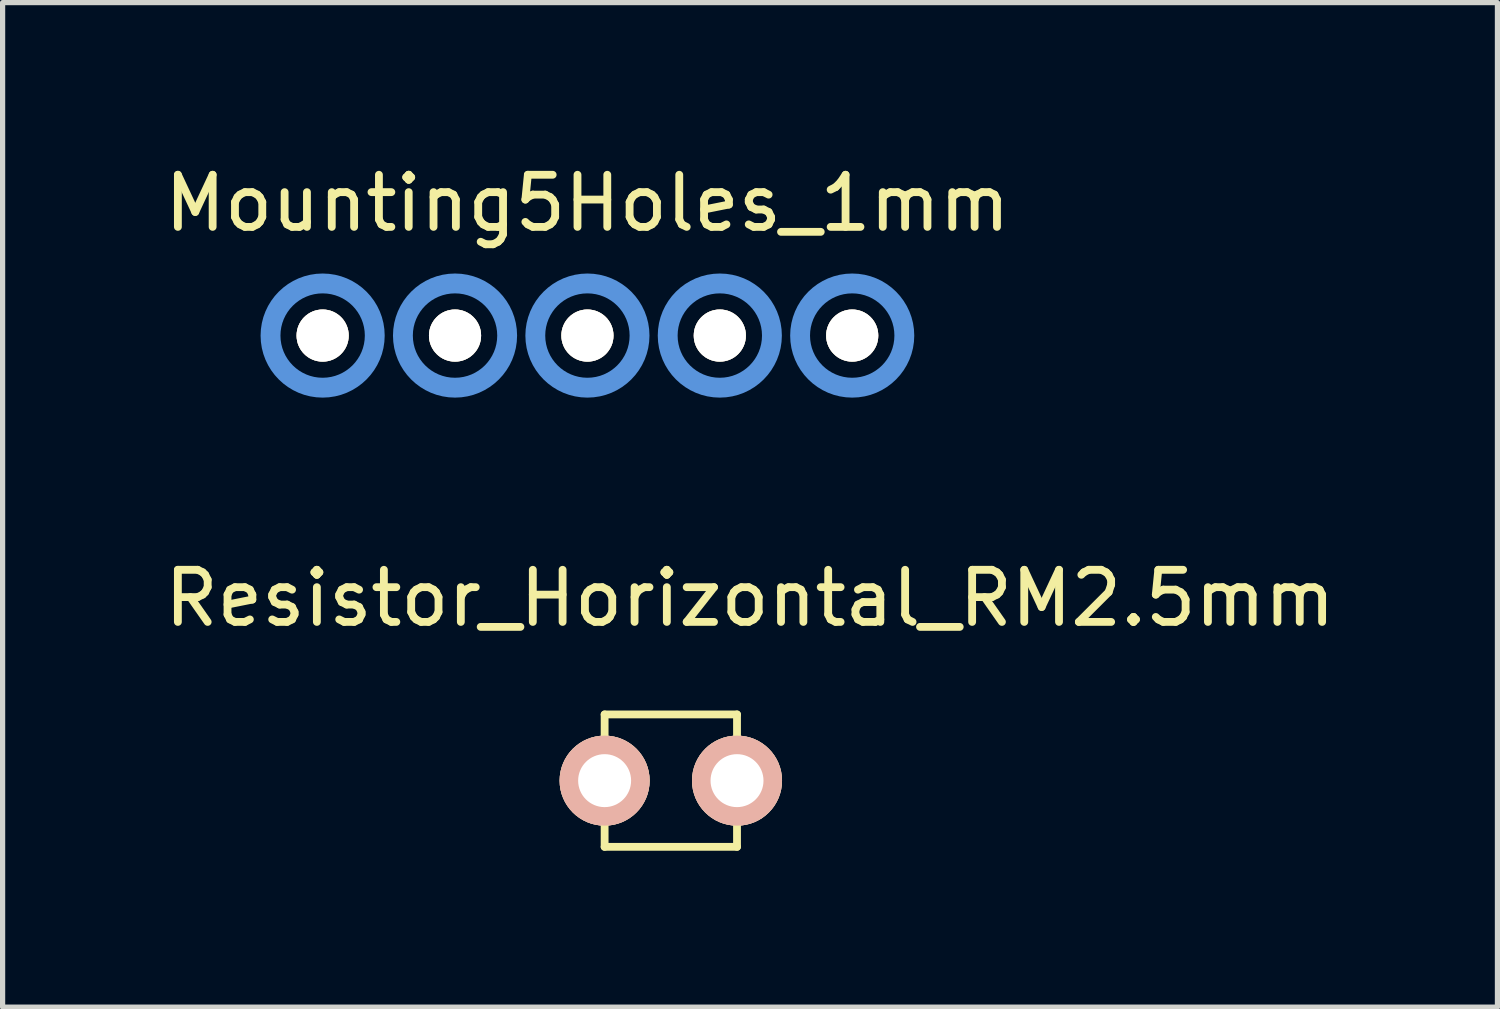
<source format=kicad_pcb>
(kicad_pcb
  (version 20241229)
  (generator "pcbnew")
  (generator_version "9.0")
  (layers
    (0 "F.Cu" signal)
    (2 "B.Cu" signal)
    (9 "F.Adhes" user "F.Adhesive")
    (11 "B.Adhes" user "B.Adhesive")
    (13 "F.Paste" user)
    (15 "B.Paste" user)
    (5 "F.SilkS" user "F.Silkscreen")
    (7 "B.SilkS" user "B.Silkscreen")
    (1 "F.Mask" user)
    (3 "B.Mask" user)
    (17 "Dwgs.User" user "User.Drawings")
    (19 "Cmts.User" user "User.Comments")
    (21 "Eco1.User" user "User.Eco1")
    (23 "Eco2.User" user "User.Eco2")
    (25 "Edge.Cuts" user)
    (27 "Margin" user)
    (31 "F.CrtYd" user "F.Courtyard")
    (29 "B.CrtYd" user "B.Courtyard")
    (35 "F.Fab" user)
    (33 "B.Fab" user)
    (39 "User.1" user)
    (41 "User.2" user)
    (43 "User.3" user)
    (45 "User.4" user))
  (footprint "Mounting5Holes_1mm"
    (layer "F.Cu")
    (at 3.14 3.388)
    (property "Reference" "Mounting5Holes_1mm" (at 5.08 -2.54 0) (layer "F.SilkS") (effects (font (size 1 1) (thickness 0.15))))
    (attr through_hole)
    (fp_circle (center 0 0) (end 1 0) (stroke (width 0.381) (type solid)) (fill no) (layer "Cmts.User"))
    (fp_circle (center 2.54 0) (end 3.54 0) (stroke (width 0.381) (type solid)) (fill no) (layer "Cmts.User"))
    (fp_circle (center 5.08 0) (end 6.08 0) (stroke (width 0.381) (type solid)) (fill no) (layer "Cmts.User"))
    (fp_circle (center 7.62 0) (end 8.62 0) (stroke (width 0.381) (type solid)) (fill no) (layer "Cmts.User"))
    (fp_circle (center 10.16 0) (end 11.16 0) (stroke (width 0.381) (type solid)) (fill no) (layer "Cmts.User"))
    (pad "1" thru_hole circle (at 0 0) (size 1 1) (drill 1) (layers "*.Cu" "*.Mask" "F.SilkS"))
    (pad "2" thru_hole circle (at 2.54 0) (size 1 1) (drill 1) (layers "*.Cu" "*.Mask" "F.SilkS"))
    (pad "3" thru_hole circle (at 5.08 0) (size 1 1) (drill 1) (layers "*.Cu" "*.Mask" "F.SilkS"))
    (pad "4" thru_hole circle (at 7.62 0) (size 1 1) (drill 1) (layers "*.Cu" "*.Mask" "F.SilkS"))
    (pad "5" thru_hole circle (at 10.16 0) (size 1 1) (drill 1) (layers "*.Cu" "*.Mask" "F.SilkS")))
  (footprint "Resistor_Horizontal_RM2.5mm"
    (layer "F.Cu")
    (at 11.09 11.927)
    (property "Reference" "Resistor_Horizontal_RM2.5mm" (at 0.249 -3.5 0) (layer "F.SilkS") (effects (font (size 1 1) (thickness 0.15))))
    (attr through_hole)
    (fp_line (start -2.54 -1.27) (end 0 -1.27) (stroke (width 0.15) (type solid)) (layer "F.SilkS"))
    (fp_line (start -2.54 1.27) (end -2.54 -1.27) (stroke (width 0.15) (type solid)) (layer "F.SilkS"))
    (fp_line (start 0 -1.27) (end 0 1.27) (stroke (width 0.15) (type solid)) (layer "F.SilkS"))
    (fp_line (start 0 1.27) (end -2.54 1.27) (stroke (width 0.15) (type solid)) (layer "F.SilkS"))
    (pad "1" thru_hole circle (at -2.54 0) (size 1.727 1.727) (drill 1.016) (layers "*.Cu" "*.SilkS" "*.Mask"))
    (pad "2" thru_hole circle (at 0 0) (size 1.727 1.727) (drill 1.016) (layers "*.Cu" "*.SilkS" "*.Mask")))
  (gr_rect
    (start -3 -3)
    (end 25.679 16.272)
    (stroke (width 0.1) (type default))
    (fill no)
    (layer "Edge.Cuts")))
</source>
